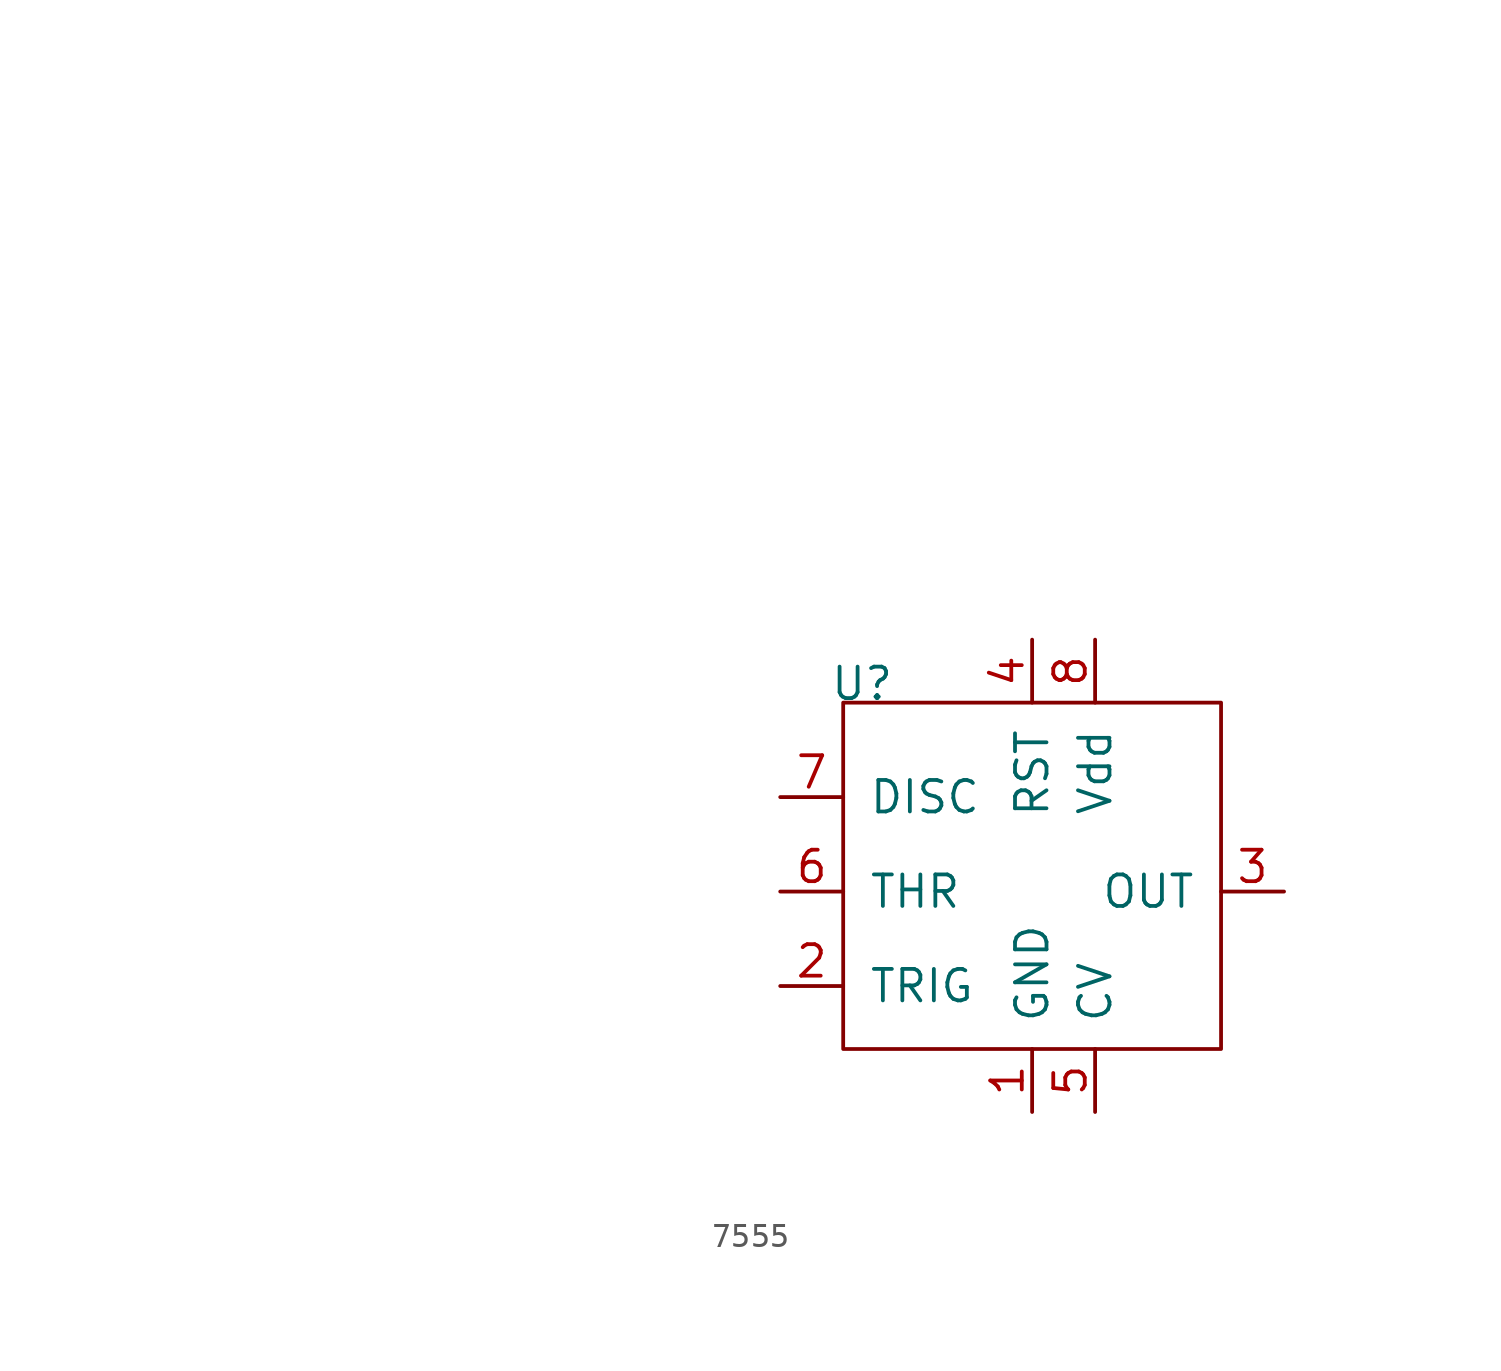
<source format=kicad_sym>
(kicad_symbol_lib
  (version 20231120)
  (generator "kicad_symbol_editor")
  (generator_version "8.0")
  (symbol "7555"
    (pin_names
      (offset 1.016))
    (property "Reference" "U"
      (at 26.162 -19.558 0)
      (effects (font (size 1.27 1.27))))
    (property "Value" ""
      (at 0 0 0)
      (effects (font (size 1.27 1.27))))
    (symbol "7555_0_1"
      (rectangle (start 25.4 -20.32) (end 40.64 -34.29) (stroke (width 0) (type default)) (fill (type none))))
    (symbol "7555_1_1"
      (pin input line (at 33.02 -36.83 90) (length 2.54) (name "GND" (effects (font (size 1.27 1.27)))) (number "1" (effects (font (size 1.27 1.27)))))
      (pin input line (at 22.86 -31.75 0) (length 2.54) (name "TRIG" (effects (font (size 1.27 1.27)))) (number "2" (effects (font (size 1.27 1.27)))))
      (pin input line (at 43.18 -27.94 180) (length 2.54) (name "OUT" (effects (font (size 1.27 1.27)))) (number "3" (effects (font (size 1.27 1.27)))))
      (pin input line (at 33.02 -17.78 270) (length 2.54) (name "RST" (effects (font (size 1.27 1.27)))) (number "4" (effects (font (size 1.27 1.27)))))
      (pin input line (at 35.56 -36.83 90) (length 2.54) (name "CV" (effects (font (size 1.27 1.27)))) (number "5" (effects (font (size 1.27 1.27)))))
      (pin input line (at 22.86 -27.94 0) (length 2.54) (name "THR" (effects (font (size 1.27 1.27)))) (number "6" (effects (font (size 1.27 1.27)))))
      (pin input line (at 22.86 -24.13 0) (length 2.54) (name "DISC" (effects (font (size 1.27 1.27)))) (number "7" (effects (font (size 1.27 1.27)))))
      (pin input line (at 35.56 -17.78 270) (length 2.54) (name "Vdd" (effects (font (size 1.27 1.27)))) (number "8" (effects (font (size 1.27 1.27))))))))
</source>
